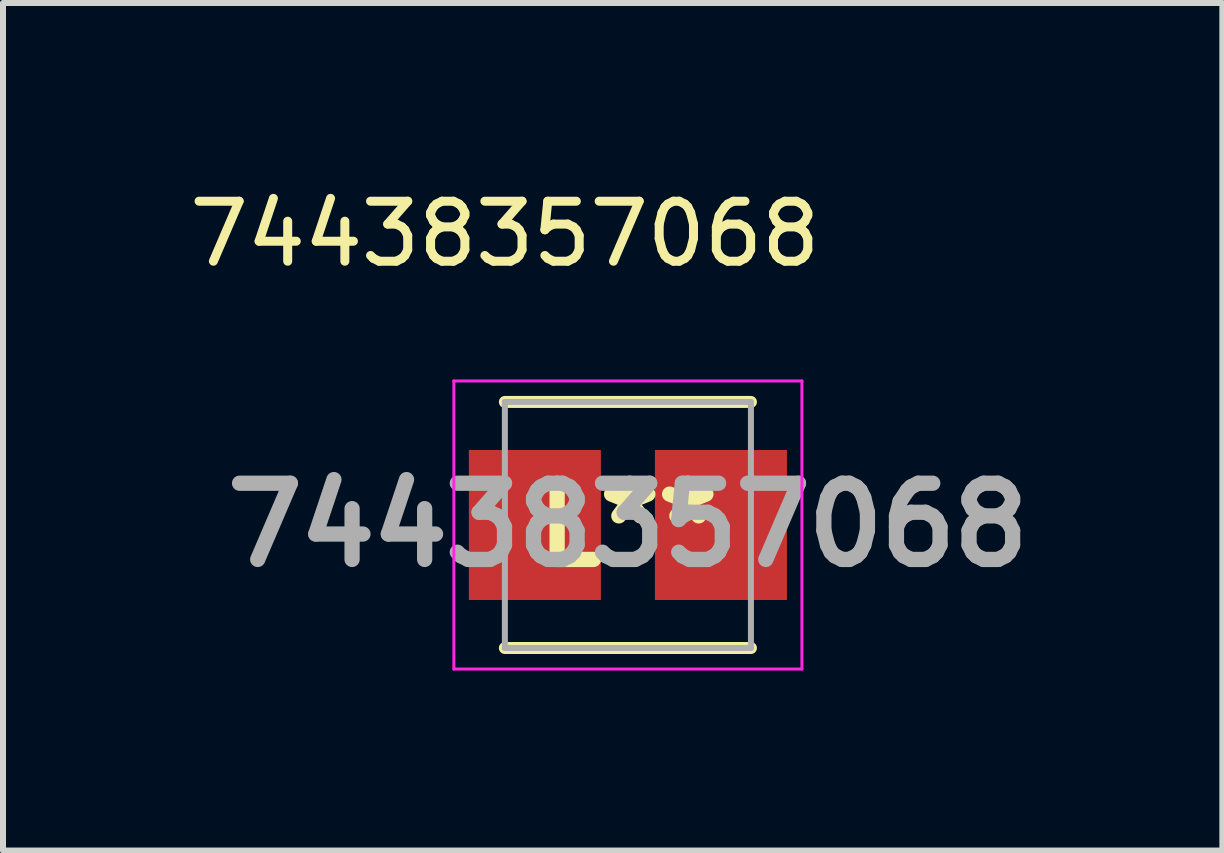
<source format=kicad_pcb>
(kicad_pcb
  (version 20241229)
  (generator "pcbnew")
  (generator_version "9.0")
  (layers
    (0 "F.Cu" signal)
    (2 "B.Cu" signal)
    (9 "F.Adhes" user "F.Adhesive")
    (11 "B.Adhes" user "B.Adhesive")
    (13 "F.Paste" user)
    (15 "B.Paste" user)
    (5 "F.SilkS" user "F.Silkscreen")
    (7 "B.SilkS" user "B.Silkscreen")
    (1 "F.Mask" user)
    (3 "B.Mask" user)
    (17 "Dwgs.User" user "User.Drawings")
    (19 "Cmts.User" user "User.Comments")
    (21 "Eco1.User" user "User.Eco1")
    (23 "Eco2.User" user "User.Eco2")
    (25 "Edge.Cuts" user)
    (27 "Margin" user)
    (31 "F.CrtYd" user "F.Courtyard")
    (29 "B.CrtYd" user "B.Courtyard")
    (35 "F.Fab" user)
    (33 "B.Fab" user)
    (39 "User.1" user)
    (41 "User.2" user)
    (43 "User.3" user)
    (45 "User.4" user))
  (footprint "74438357068"
    (layer "F.Cu")
    (at 5.363 0.348)
    (property "Reference" "74438357068" (at 0 0.5 0) (layer "F.SilkS") (effects (font (size 1 1) (thickness 0.15))))
    (attr through_hole)
    (fp_line (start 0 7.4) (end 4.1 7.4) (stroke (width 0.2) (type solid)) (layer "F.SilkS"))
    (fp_line (start 4.1 3.3) (end 0 3.3) (stroke (width 0.2) (type solid)) (layer "F.SilkS"))
    (fp_line (start -0.85 2.95) (end 4.95 2.95) (stroke (width 0.05) (type solid)) (layer "F.CrtYd"))
    (fp_line (start -0.85 7.75) (end -0.85 2.95) (stroke (width 0.05) (type solid)) (layer "F.CrtYd"))
    (fp_line (start 4.95 2.95) (end 4.95 7.75) (stroke (width 0.05) (type solid)) (layer "F.CrtYd"))
    (fp_line (start 4.95 7.75) (end -0.85 7.75) (stroke (width 0.05) (type solid)) (layer "F.CrtYd"))
    (fp_line (start 0 3.3) (end 4.1 3.3) (stroke (width 0.1) (type solid)) (layer "F.Fab"))
    (fp_line (start 0 7.4) (end 0 3.3) (stroke (width 0.1) (type solid)) (layer "F.Fab"))
    (fp_line (start 4.1 3.3) (end 4.1 7.4) (stroke (width 0.1) (type solid)) (layer "F.Fab"))
    (fp_line (start 4.1 7.4) (end 0 7.4) (stroke (width 0.1) (type solid)) (layer "F.Fab"))
    (fp_text user "L**" (at 2.05 5.35 0) (layer "F.SilkS") (effects (font (size 1.27 1.27) (thickness 0.254))))
    (fp_text user "${REFERENCE}" (at 2.05 5.35 0) (layer "F.Fab") (effects (font (size 1.27 1.27) (thickness 0.254))))
    (pad "1" smd rect (at 0.5 5.35) (size 2.2 2.5) (layers "F.Cu" "F.Mask" "F.Paste"))
    (pad "2" smd rect (at 3.6 5.35) (size 2.2 2.5) (layers "F.Cu" "F.Mask" "F.Paste")))
  (gr_rect
    (start -3 -3)
    (end 17.319 11.123)
    (stroke (width 0.1) (type default))
    (fill no)
    (layer "Edge.Cuts")))
</source>
